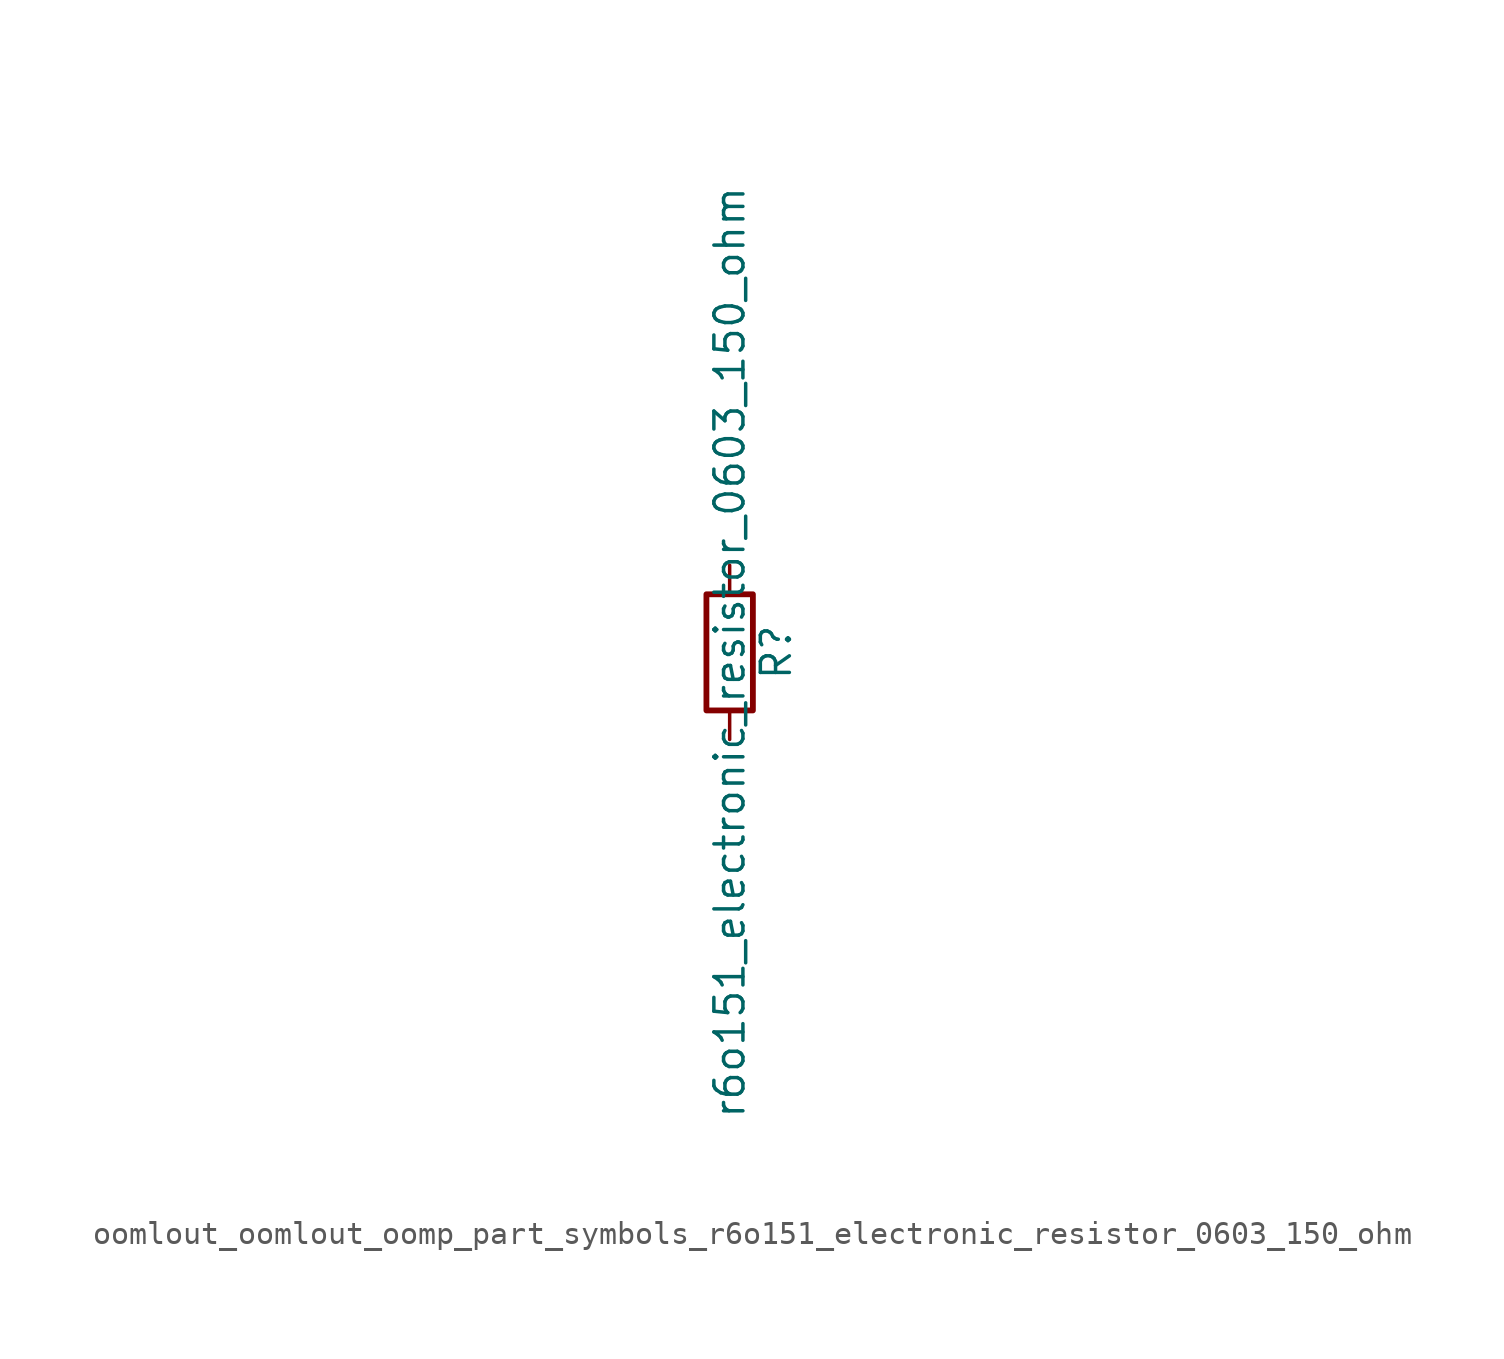
<source format=kicad_sym>
(kicad_symbol_lib
  (version 20220914)
  (generator kicad_symbol_editor)
  (symbol "oomlout_oomlout_oomp_part_symbols_r6o151_electronic_resistor_0603_150_ohm"
    (pin_numbers hide)
    (pin_names
      (offset 0))
    (property "Reference" "R"
      (at 2.032 0 90)
      (effects (font (size 1.27 1.27))))
    (property "Value" "r6o151_electronic_resistor_0603_150_ohm"
      (at 0 0 90)
      (effects (font (size 1.27 1.27))))
    (symbol "oomlout_oomlout_oomp_part_symbols_r6o151_electronic_resistor_0603_150_ohm_0_1"
      (rectangle (start -1.016 -2.54) (end 1.016 2.54) (stroke (width 0.254) (type default)) (fill (type none))))
    (symbol "oomlout_oomlout_oomp_part_symbols_r6o151_electronic_resistor_0603_150_ohm_1_1"
      (pin passive line (at 0 3.81 270) (length 1.27) (name "~" (effects (font (size 1.27 1.27)))) (number "1" (effects (font (size 1.27 1.27)))))
      (pin passive line (at 0 -3.81 90) (length 1.27) (name "~" (effects (font (size 1.27 1.27)))) (number "2" (effects (font (size 1.27 1.27))))))))
</source>
